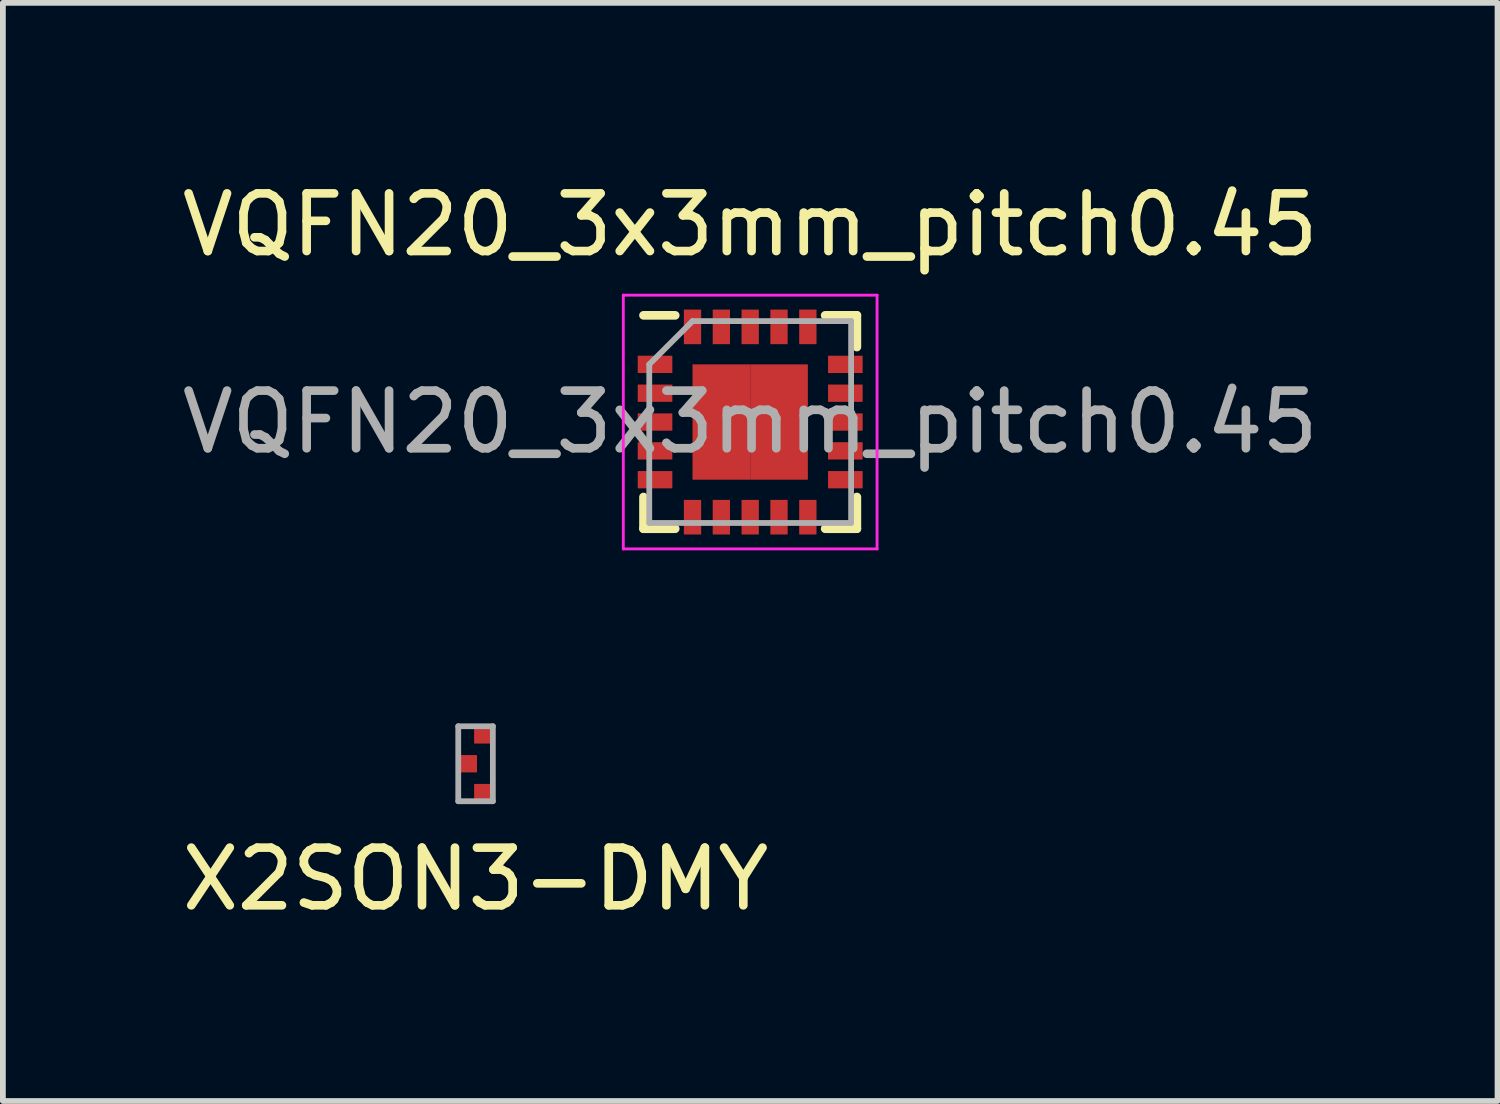
<source format=kicad_pcb>
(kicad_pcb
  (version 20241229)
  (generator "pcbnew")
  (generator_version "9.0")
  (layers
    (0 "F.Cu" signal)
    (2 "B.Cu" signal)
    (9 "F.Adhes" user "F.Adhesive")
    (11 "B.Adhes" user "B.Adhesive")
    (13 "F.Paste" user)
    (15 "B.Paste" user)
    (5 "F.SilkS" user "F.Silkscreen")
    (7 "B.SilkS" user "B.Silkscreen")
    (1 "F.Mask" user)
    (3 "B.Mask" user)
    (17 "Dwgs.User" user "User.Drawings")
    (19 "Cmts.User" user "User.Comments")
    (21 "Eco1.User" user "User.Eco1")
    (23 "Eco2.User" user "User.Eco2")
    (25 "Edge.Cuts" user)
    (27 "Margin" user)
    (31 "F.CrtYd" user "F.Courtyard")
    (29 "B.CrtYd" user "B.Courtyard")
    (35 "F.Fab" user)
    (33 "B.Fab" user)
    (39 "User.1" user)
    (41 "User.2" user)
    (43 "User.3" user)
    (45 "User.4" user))
  (footprint "VQFN20_3x3mm_pitch0.45"
    (layer "F.Cu")
    (at 9.958 4.268)
    (property "Reference" "VQFN20_3x3mm_pitch0.45" (at 0 -3.42 0) (layer "F.SilkS") (effects (font (size 1 1) (thickness 0.15))))
    (attr smd)
    (fp_line (start -1.85 -1.85) (end -1.3 -1.85) (stroke (width 0.15) (type solid)) (layer "F.SilkS"))
    (fp_line (start -1.85 1.85) (end -1.85 1.3) (stroke (width 0.15) (type solid)) (layer "F.SilkS"))
    (fp_line (start -1.85 1.85) (end -1.3 1.85) (stroke (width 0.15) (type solid)) (layer "F.SilkS"))
    (fp_line (start 1.85 -1.85) (end 1.3 -1.85) (stroke (width 0.15) (type solid)) (layer "F.SilkS"))
    (fp_line (start 1.85 -1.85) (end 1.85 -1.3) (stroke (width 0.15) (type solid)) (layer "F.SilkS"))
    (fp_line (start 1.85 1.85) (end 1.3 1.85) (stroke (width 0.15) (type solid)) (layer "F.SilkS"))
    (fp_line (start 1.85 1.85) (end 1.85 1.3) (stroke (width 0.15) (type solid)) (layer "F.SilkS"))
    (fp_line (start -2.2 -2.2) (end -2.2 2.2) (stroke (width 0.05) (type solid)) (layer "F.CrtYd"))
    (fp_line (start -2.2 -2.2) (end 2.2 -2.2) (stroke (width 0.05) (type solid)) (layer "F.CrtYd"))
    (fp_line (start -2.2 2.2) (end 2.2 2.2) (stroke (width 0.05) (type solid)) (layer "F.CrtYd"))
    (fp_line (start 2.2 -2.2) (end 2.2 2.2) (stroke (width 0.05) (type solid)) (layer "F.CrtYd"))
    (fp_line (start -1.75 -1) (end -1 -1.75) (stroke (width 0.1) (type solid)) (layer "F.Fab"))
    (fp_line (start -1.75 1.75) (end -1.75 -1) (stroke (width 0.1) (type solid)) (layer "F.Fab"))
    (fp_line (start -1 -1.75) (end 1.75 -1.75) (stroke (width 0.1) (type solid)) (layer "F.Fab"))
    (fp_line (start 1.75 -1.75) (end 1.75 1.75) (stroke (width 0.1) (type solid)) (layer "F.Fab"))
    (fp_line (start 1.75 1.75) (end -1.75 1.75) (stroke (width 0.1) (type solid)) (layer "F.Fab"))
    (fp_text user "${REFERENCE}" (at 0 0 0) (layer "F.Fab") (effects (font (size 1 1) (thickness 0.15))))
    (pad "1" smd rect (at -1.65 -1) (size 0.6 0.3) (layers "F.Cu" "F.Mask" "F.Paste"))
    (pad "2" smd rect (at -1.65 -0.5) (size 0.6 0.3) (layers "F.Cu" "F.Mask" "F.Paste"))
    (pad "3" smd rect (at -1.65 0) (size 0.6 0.3) (layers "F.Cu" "F.Mask" "F.Paste"))
    (pad "4" smd rect (at -1.65 0.5) (size 0.6 0.3) (layers "F.Cu" "F.Mask" "F.Paste"))
    (pad "5" smd rect (at -1.65 1) (size 0.6 0.3) (layers "F.Cu" "F.Mask" "F.Paste"))
    (pad "6" smd rect (at -1 1.65 90) (size 0.6 0.3) (layers "F.Cu" "F.Mask" "F.Paste"))
    (pad "7" smd rect (at -0.5 1.65 90) (size 0.6 0.3) (layers "F.Cu" "F.Mask" "F.Paste"))
    (pad "8" smd rect (at 0 1.65 90) (size 0.6 0.3) (layers "F.Cu" "F.Mask" "F.Paste"))
    (pad "9" smd rect (at 0.5 1.65 90) (size 0.6 0.3) (layers "F.Cu" "F.Mask" "F.Paste"))
    (pad "10" smd rect (at 1 1.65 90) (size 0.6 0.3) (layers "F.Cu" "F.Mask" "F.Paste"))
    (pad "11" smd rect (at 1.65 1) (size 0.6 0.3) (layers "F.Cu" "F.Mask" "F.Paste"))
    (pad "12" smd rect (at 1.65 0.5) (size 0.6 0.3) (layers "F.Cu" "F.Mask" "F.Paste"))
    (pad "13" smd rect (at 1.65 0) (size 0.6 0.3) (layers "F.Cu" "F.Mask" "F.Paste"))
    (pad "14" smd rect (at 1.65 -0.5) (size 0.6 0.3) (layers "F.Cu" "F.Mask" "F.Paste"))
    (pad "15" smd rect (at 1.65 -1) (size 0.6 0.3) (layers "F.Cu" "F.Mask" "F.Paste"))
    (pad "16" smd rect (at 1 -1.65 90) (size 0.6 0.3) (layers "F.Cu" "F.Mask" "F.Paste"))
    (pad "17" smd rect (at 0.5 -1.65 90) (size 0.6 0.3) (layers "F.Cu" "F.Mask" "F.Paste"))
    (pad "18" smd rect (at 0 -1.65 90) (size 0.6 0.3) (layers "F.Cu" "F.Mask" "F.Paste"))
    (pad "19" smd rect (at -0.5 -1.65 90) (size 0.6 0.3) (layers "F.Cu" "F.Mask" "F.Paste"))
    (pad "20" smd rect (at -1 -1.65 90) (size 0.6 0.3) (layers "F.Cu" "F.Mask" "F.Paste"))
    (pad "21" smd rect (at -0.5 -0.5) (size 1 1) (layers "F.Cu" "F.Mask" "F.Paste"))
    (pad "21" smd rect (at -0.5 0.5) (size 1 1) (layers "F.Cu" "F.Mask" "F.Paste"))
    (pad "21" smd rect (at 0.5 -0.5) (size 1 1) (layers "F.Cu" "F.Mask" "F.Paste"))
    (pad "21" smd rect (at 0.5 0.5) (size 1 1) (layers "F.Cu" "F.Mask" "F.Paste")))
  (footprint "X2SON3-DMY"
    (layer "F.Cu")
    (at 5.196 10.193)
    (property "Reference" "X2SON3-DMY" (at 0 2 0) (layer "F.SilkS") (effects (font (size 1 1) (thickness 0.15))))
    (attr through_hole)
    (fp_line (start -0.3 -0.65) (end -0.3 0.65) (stroke (width 0.1) (type solid)) (layer "F.Fab"))
    (fp_line (start -0.3 0.65) (end 0.3 0.65) (stroke (width 0.1) (type solid)) (layer "F.Fab"))
    (fp_line (start 0.3 -0.65) (end -0.3 -0.65) (stroke (width 0.1) (type solid)) (layer "F.Fab"))
    (fp_line (start 0.3 0.65) (end 0.3 -0.65) (stroke (width 0.1) (type solid)) (layer "F.Fab"))
    (pad "1" smd rect (at -0.125 0) (size 0.3 0.3) (layers "F.Cu" "F.Mask" "F.Paste"))
    (pad "2" smd rect (at 0.125 0.5) (size 0.3 0.3) (layers "F.Cu" "F.Mask" "F.Paste"))
    (pad "3" smd rect (at 0.125 -0.5) (size 0.3 0.3) (layers "F.Cu" "F.Mask" "F.Paste")))
  (gr_rect
    (start -3 -3)
    (end 22.917 16.041)
    (stroke (width 0.1) (type default))
    (fill no)
    (layer "Edge.Cuts")))
</source>
